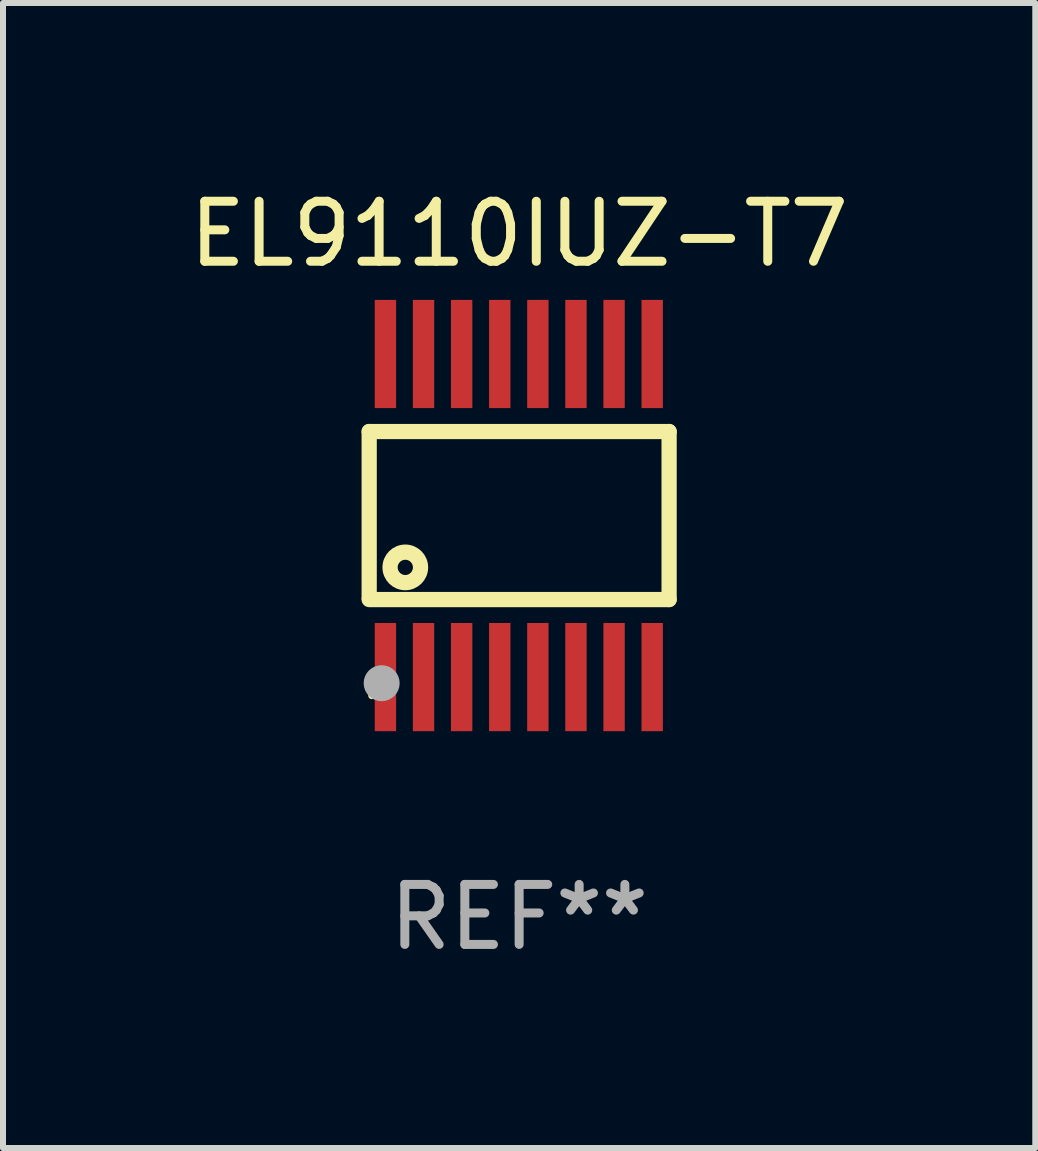
<source format=kicad_pcb>
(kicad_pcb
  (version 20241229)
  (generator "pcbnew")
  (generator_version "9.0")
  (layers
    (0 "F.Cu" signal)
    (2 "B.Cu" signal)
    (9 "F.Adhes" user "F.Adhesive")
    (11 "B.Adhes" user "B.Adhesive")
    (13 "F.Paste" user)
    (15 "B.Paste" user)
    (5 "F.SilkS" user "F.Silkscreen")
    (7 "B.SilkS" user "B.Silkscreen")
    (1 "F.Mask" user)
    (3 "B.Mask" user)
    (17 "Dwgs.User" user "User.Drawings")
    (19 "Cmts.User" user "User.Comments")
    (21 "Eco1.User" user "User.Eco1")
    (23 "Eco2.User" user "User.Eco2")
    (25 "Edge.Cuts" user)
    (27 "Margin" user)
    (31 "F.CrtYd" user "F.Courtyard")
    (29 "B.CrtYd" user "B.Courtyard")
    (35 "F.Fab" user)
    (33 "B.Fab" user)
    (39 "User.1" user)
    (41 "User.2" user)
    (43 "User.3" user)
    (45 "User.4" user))
  (footprint "EL9110IUZ-T7"
    (layer "F.Cu")
    (at 5.601 5.541)
    (property "Reference" "EL9110IUZ-T7" (at 0 -4.692 0) (layer "F.SilkS") (effects (font (size 1 1) (thickness 0.15))))
    (attr through_hole)
    (fp_line (start -2.499 1.372) (end -2.499 -1.4) (stroke (width 0.254) (type solid)) (layer "F.SilkS"))
    (fp_line (start 2.499 -1.4) (end -2.499 -1.4) (stroke (width 0.254) (type solid)) (layer "F.SilkS"))
    (fp_line (start 2.499 1.4) (end -2.499 1.4) (stroke (width 0.254) (type solid)) (layer "F.SilkS"))
    (fp_line (start 2.499 1.4) (end 2.499 -1.4) (stroke (width 0.254) (type solid)) (layer "F.SilkS"))
    (fp_circle (center -2.455 3) (end -2.425 3) (stroke (width 0.06) (type solid)) (fill no) (layer "F.SilkS"))
    (fp_circle (center -1.897 0.864) (end -1.643 0.864) (stroke (width 0.254) (type solid)) (fill no) (layer "F.SilkS"))
    (fp_circle (center -2.291 2.794) (end -2.141 2.794) (stroke (width 0.3) (type solid)) (fill no) (layer "F.Fab"))
    (fp_text user "REF**" (at 0 6.692 0) (layer "F.Fab") (effects (font (size 1 1) (thickness 0.15))))
    (pad "1" smd rect (at -2.228 2.692 90) (size 1.803 0.356) (layers "F.Cu" "F.Mask" "F.Paste"))
    (pad "2" smd rect (at -1.593 2.692 90) (size 1.803 0.356) (layers "F.Cu" "F.Mask" "F.Paste"))
    (pad "3" smd rect (at -0.958 2.692 90) (size 1.803 0.356) (layers "F.Cu" "F.Mask" "F.Paste"))
    (pad "4" smd rect (at -0.323 2.692 90) (size 1.803 0.356) (layers "F.Cu" "F.Mask" "F.Paste"))
    (pad "5" smd rect (at 0.312 2.692 90) (size 1.803 0.356) (layers "F.Cu" "F.Mask" "F.Paste"))
    (pad "6" smd rect (at 0.947 2.692 90) (size 1.803 0.356) (layers "F.Cu" "F.Mask" "F.Paste"))
    (pad "7" smd rect (at 1.582 2.692 90) (size 1.803 0.356) (layers "F.Cu" "F.Mask" "F.Paste"))
    (pad "8" smd rect (at 2.217 2.692 90) (size 1.803 0.356) (layers "F.Cu" "F.Mask" "F.Paste"))
    (pad "9" smd rect (at 2.217 -2.692 90) (size 1.803 0.356) (layers "F.Cu" "F.Mask" "F.Paste"))
    (pad "10" smd rect (at 1.582 -2.692 90) (size 1.803 0.356) (layers "F.Cu" "F.Mask" "F.Paste"))
    (pad "11" smd rect (at 0.947 -2.692 90) (size 1.803 0.356) (layers "F.Cu" "F.Mask" "F.Paste"))
    (pad "12" smd rect (at 0.312 -2.692 90) (size 1.803 0.356) (layers "F.Cu" "F.Mask" "F.Paste"))
    (pad "13" smd rect (at -0.323 -2.692 90) (size 1.803 0.356) (layers "F.Cu" "F.Mask" "F.Paste"))
    (pad "14" smd rect (at -0.958 -2.692 90) (size 1.803 0.356) (layers "F.Cu" "F.Mask" "F.Paste"))
    (pad "15" smd rect (at -1.593 -2.692 90) (size 1.803 0.356) (layers "F.Cu" "F.Mask" "F.Paste"))
    (pad "16" smd rect (at -2.228 -2.692 90) (size 1.803 0.356) (layers "F.Cu" "F.Mask" "F.Paste")))
  (gr_rect
    (start -3 -3)
    (end 14.202 16.081)
    (stroke (width 0.1) (type default))
    (fill no)
    (layer "Edge.Cuts")))
</source>
